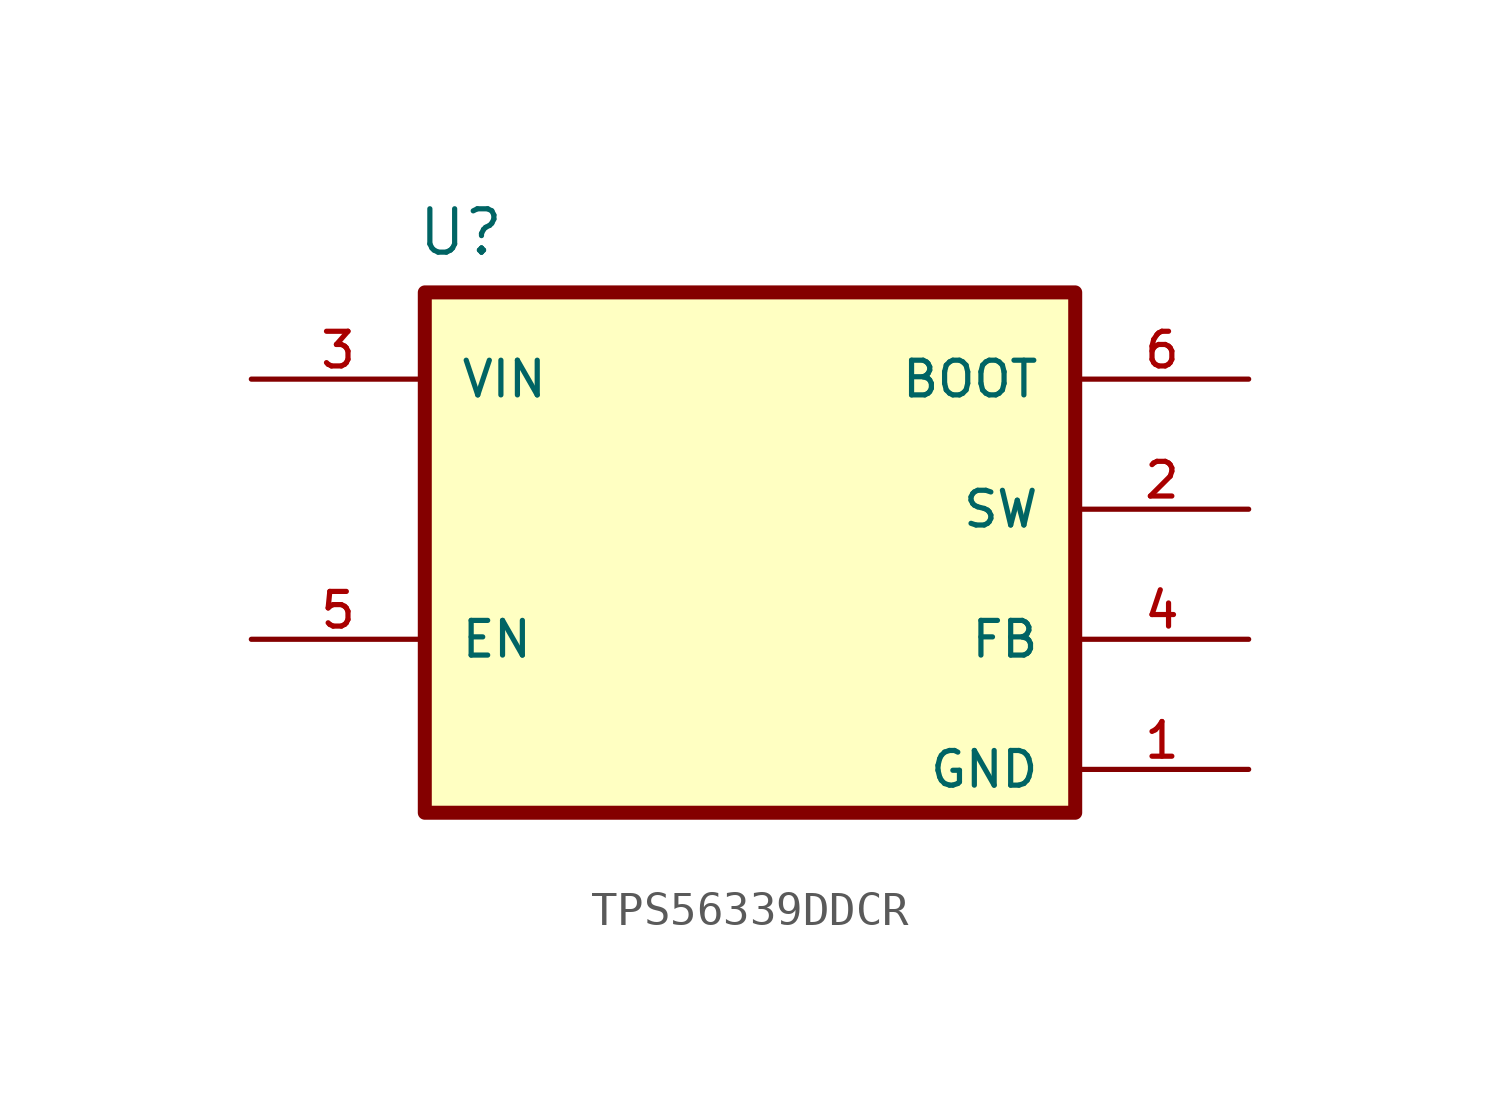
<source format=kicad_sym>
(kicad_symbol_lib
  (version 20231120)
  (generator "kicad_symbol_editor")
  (generator_version "8.0")
  (symbol "TPS56339DDCR"
    (pin_names
      (offset 1.016))
    (property "Reference" "U"
      (at -10.414 11.176 0)
      (effects (font (size 1.27 1.27)) (justify left bottom)))
    (symbol "TPS56339DDCR_0_0"
      (rectangle (start -10.16 10.16) (end 8.89 -5.08) (stroke (width 0.41) (type default)) (fill (type background)))
      (pin power_in line (at 13.97 -3.81 180) (length 5.08) (name "GND" (effects (font (size 1.016 1.016)))) (number "1" (effects (font (size 1.016 1.016)))))
      (pin output line (at 13.97 3.81 180) (length 5.08) (name "SW" (effects (font (size 1.016 1.016)))) (number "2" (effects (font (size 1.016 1.016)))))
      (pin input line (at -15.24 7.62 0) (length 5.08) (name "VIN" (effects (font (size 1.016 1.016)))) (number "3" (effects (font (size 1.016 1.016)))))
      (pin input line (at 13.97 0 180) (length 5.08) (name "FB" (effects (font (size 1.016 1.016)))) (number "4" (effects (font (size 1.016 1.016)))))
      (pin input line (at -15.24 0 0) (length 5.08) (name "EN" (effects (font (size 1.016 1.016)))) (number "5" (effects (font (size 1.016 1.016)))))
      (pin output line (at 13.97 7.62 180) (length 5.08) (name "BOOT" (effects (font (size 1.016 1.016)))) (number "6" (effects (font (size 1.016 1.016))))))))
</source>
